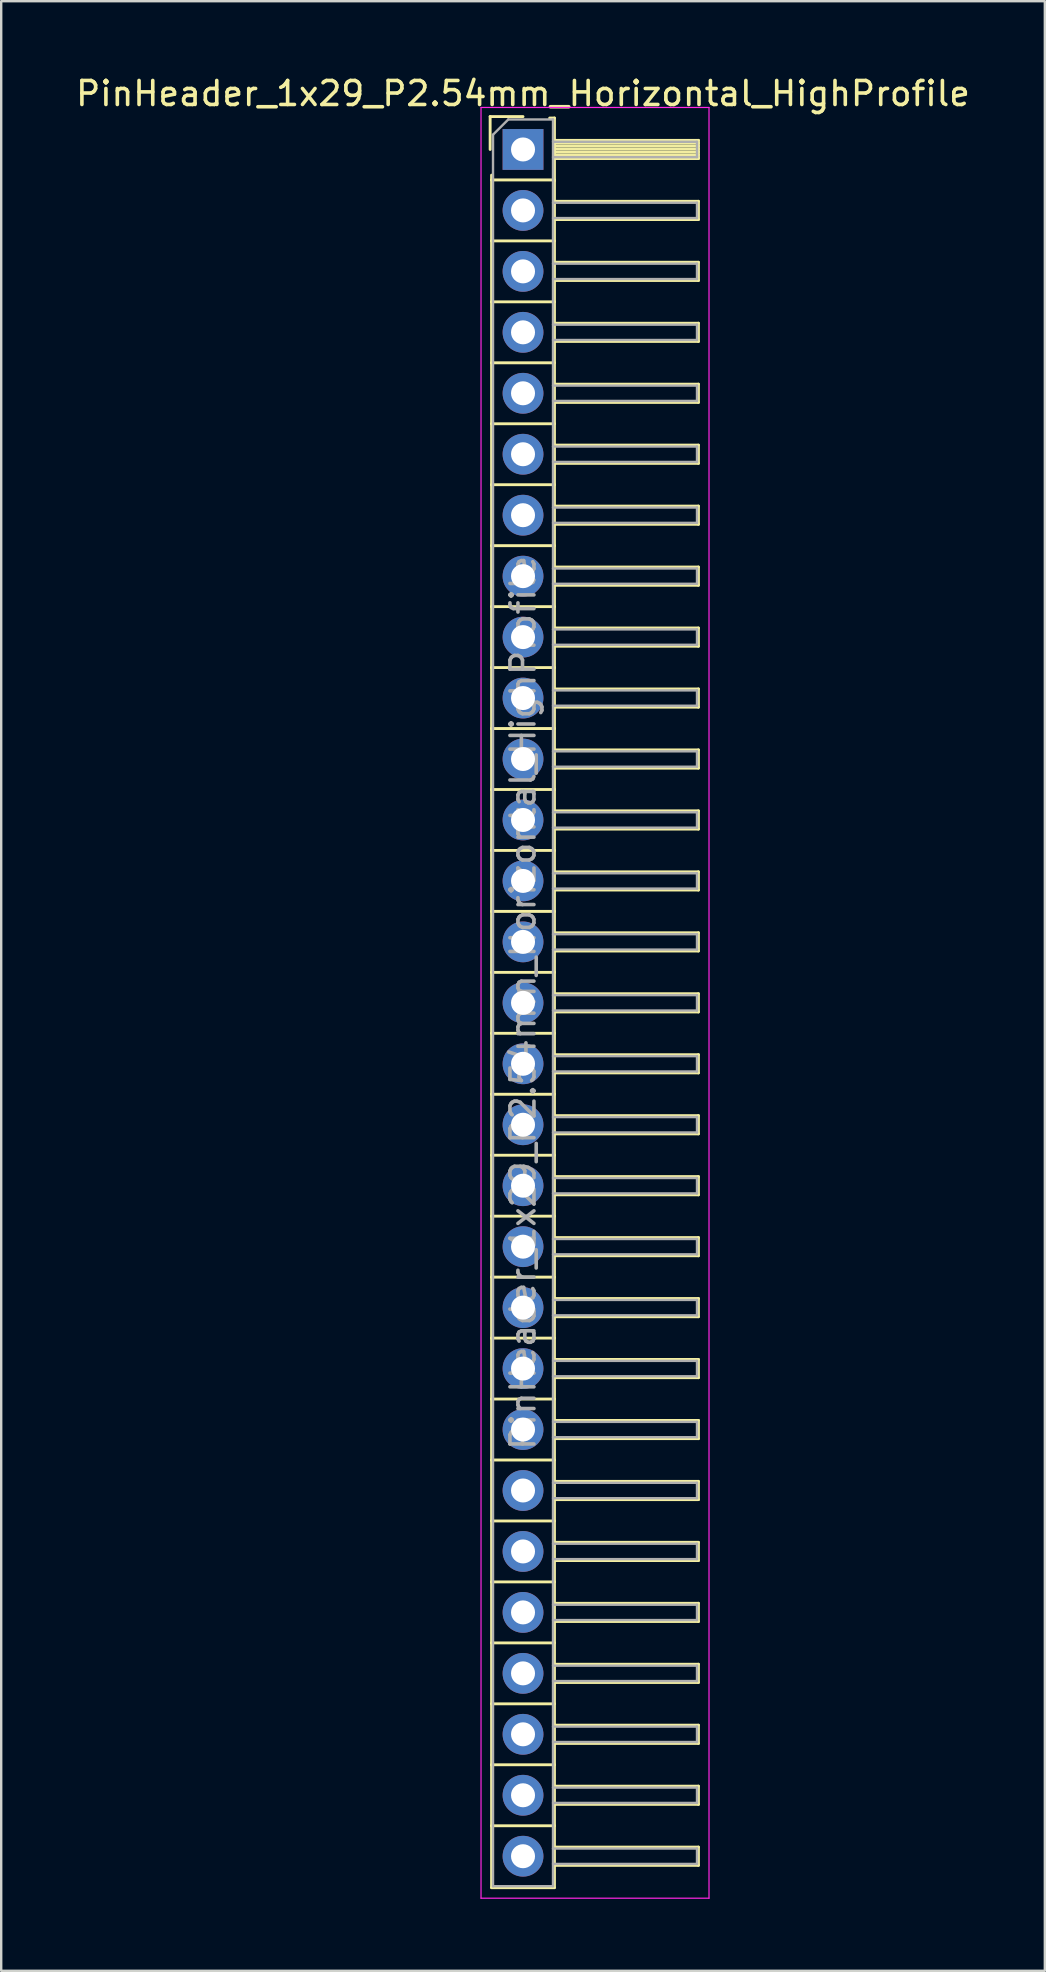
<source format=kicad_pcb>
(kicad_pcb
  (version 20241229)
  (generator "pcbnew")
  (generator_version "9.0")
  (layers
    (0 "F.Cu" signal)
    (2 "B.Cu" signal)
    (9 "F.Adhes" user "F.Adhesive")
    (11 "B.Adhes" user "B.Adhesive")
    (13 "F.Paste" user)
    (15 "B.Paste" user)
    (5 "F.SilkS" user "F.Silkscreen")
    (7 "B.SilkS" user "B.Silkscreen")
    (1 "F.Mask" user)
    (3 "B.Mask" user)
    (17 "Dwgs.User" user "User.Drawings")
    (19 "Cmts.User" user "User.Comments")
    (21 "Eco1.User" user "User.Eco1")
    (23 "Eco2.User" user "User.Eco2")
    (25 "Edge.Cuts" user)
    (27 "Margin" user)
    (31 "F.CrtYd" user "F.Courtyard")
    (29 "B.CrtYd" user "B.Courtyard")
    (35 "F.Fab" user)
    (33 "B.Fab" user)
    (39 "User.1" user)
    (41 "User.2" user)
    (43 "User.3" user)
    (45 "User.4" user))
  (footprint "PinHeader_1x29_P2.54mm_Horizontal_HighProfile"
    (layer "F.Cu")
    (at 18.744 3.178)
    (property "Reference" "PinHeader_1x29_P2.54mm_Horizontal_HighProfile" (at 0 -2.33 0) (layer "F.SilkS") (effects (font (size 1 1) (thickness 0.15))))
    (attr through_hole)
    (fp_line (start -1.37 -1.37) (end -1.37 0) (stroke (width 0.12) (type solid)) (layer "F.SilkS"))
    (fp_line (start -1.37 -1.37) (end 0 -1.37) (stroke (width 0.12) (type solid)) (layer "F.SilkS"))
    (fp_line (start -1.31 1.27) (end -1.31 1.07) (stroke (width 0.12) (type solid)) (layer "F.SilkS"))
    (fp_line (start -1.31 1.27) (end -1.31 3.81) (stroke (width 0.12) (type solid)) (layer "F.SilkS"))
    (fp_line (start -1.31 1.27) (end 1.31 1.27) (stroke (width 0.12) (type solid)) (layer "F.SilkS"))
    (fp_line (start -1.31 3.81) (end -1.31 6.35) (stroke (width 0.12) (type solid)) (layer "F.SilkS"))
    (fp_line (start -1.31 3.81) (end 1.31 3.81) (stroke (width 0.12) (type solid)) (layer "F.SilkS"))
    (fp_line (start -1.31 6.35) (end -1.31 8.89) (stroke (width 0.12) (type solid)) (layer "F.SilkS"))
    (fp_line (start -1.31 6.35) (end 1.31 6.35) (stroke (width 0.12) (type solid)) (layer "F.SilkS"))
    (fp_line (start -1.31 8.89) (end -1.31 11.43) (stroke (width 0.12) (type solid)) (layer "F.SilkS"))
    (fp_line (start -1.31 8.89) (end 1.31 8.89) (stroke (width 0.12) (type solid)) (layer "F.SilkS"))
    (fp_line (start -1.31 11.43) (end -1.31 13.97) (stroke (width 0.12) (type solid)) (layer "F.SilkS"))
    (fp_line (start -1.31 11.43) (end 1.31 11.43) (stroke (width 0.12) (type solid)) (layer "F.SilkS"))
    (fp_line (start -1.31 13.97) (end -1.31 16.51) (stroke (width 0.12) (type solid)) (layer "F.SilkS"))
    (fp_line (start -1.31 13.97) (end 1.31 13.97) (stroke (width 0.12) (type solid)) (layer "F.SilkS"))
    (fp_line (start -1.31 16.51) (end -1.31 19.05) (stroke (width 0.12) (type solid)) (layer "F.SilkS"))
    (fp_line (start -1.31 16.51) (end 1.31 16.51) (stroke (width 0.12) (type solid)) (layer "F.SilkS"))
    (fp_line (start -1.31 19.05) (end -1.31 21.59) (stroke (width 0.12) (type solid)) (layer "F.SilkS"))
    (fp_line (start -1.31 19.05) (end 1.31 19.05) (stroke (width 0.12) (type solid)) (layer "F.SilkS"))
    (fp_line (start -1.31 21.59) (end -1.31 24.13) (stroke (width 0.12) (type solid)) (layer "F.SilkS"))
    (fp_line (start -1.31 21.59) (end 1.31 21.59) (stroke (width 0.12) (type solid)) (layer "F.SilkS"))
    (fp_line (start -1.31 24.13) (end -1.31 26.67) (stroke (width 0.12) (type solid)) (layer "F.SilkS"))
    (fp_line (start -1.31 24.13) (end 1.31 24.13) (stroke (width 0.12) (type solid)) (layer "F.SilkS"))
    (fp_line (start -1.31 26.67) (end -1.31 29.21) (stroke (width 0.12) (type solid)) (layer "F.SilkS"))
    (fp_line (start -1.31 26.67) (end 1.31 26.67) (stroke (width 0.12) (type solid)) (layer "F.SilkS"))
    (fp_line (start -1.31 29.21) (end -1.31 31.75) (stroke (width 0.12) (type solid)) (layer "F.SilkS"))
    (fp_line (start -1.31 29.21) (end 1.31 29.21) (stroke (width 0.12) (type solid)) (layer "F.SilkS"))
    (fp_line (start -1.31 31.75) (end -1.31 34.29) (stroke (width 0.12) (type solid)) (layer "F.SilkS"))
    (fp_line (start -1.31 31.75) (end 1.31 31.75) (stroke (width 0.12) (type solid)) (layer "F.SilkS"))
    (fp_line (start -1.31 34.29) (end -1.31 36.83) (stroke (width 0.12) (type solid)) (layer "F.SilkS"))
    (fp_line (start -1.31 34.29) (end 1.31 34.29) (stroke (width 0.12) (type solid)) (layer "F.SilkS"))
    (fp_line (start -1.31 36.83) (end -1.31 39.37) (stroke (width 0.12) (type solid)) (layer "F.SilkS"))
    (fp_line (start -1.31 36.83) (end 1.31 36.83) (stroke (width 0.12) (type solid)) (layer "F.SilkS"))
    (fp_line (start -1.31 39.37) (end -1.31 41.91) (stroke (width 0.12) (type solid)) (layer "F.SilkS"))
    (fp_line (start -1.31 39.37) (end 1.31 39.37) (stroke (width 0.12) (type solid)) (layer "F.SilkS"))
    (fp_line (start -1.31 41.91) (end -1.31 44.45) (stroke (width 0.12) (type solid)) (layer "F.SilkS"))
    (fp_line (start -1.31 41.91) (end 1.31 41.91) (stroke (width 0.12) (type solid)) (layer "F.SilkS"))
    (fp_line (start -1.31 44.45) (end -1.31 46.99) (stroke (width 0.12) (type solid)) (layer "F.SilkS"))
    (fp_line (start -1.31 44.45) (end 1.31 44.45) (stroke (width 0.12) (type solid)) (layer "F.SilkS"))
    (fp_line (start -1.31 46.99) (end -1.31 49.53) (stroke (width 0.12) (type solid)) (layer "F.SilkS"))
    (fp_line (start -1.31 46.99) (end 1.31 46.99) (stroke (width 0.12) (type solid)) (layer "F.SilkS"))
    (fp_line (start -1.31 49.53) (end -1.31 52.07) (stroke (width 0.12) (type solid)) (layer "F.SilkS"))
    (fp_line (start -1.31 49.53) (end 1.31 49.53) (stroke (width 0.12) (type solid)) (layer "F.SilkS"))
    (fp_line (start -1.31 52.07) (end -1.31 54.61) (stroke (width 0.12) (type solid)) (layer "F.SilkS"))
    (fp_line (start -1.31 52.07) (end 1.31 52.07) (stroke (width 0.12) (type solid)) (layer "F.SilkS"))
    (fp_line (start -1.31 54.61) (end -1.31 57.15) (stroke (width 0.12) (type solid)) (layer "F.SilkS"))
    (fp_line (start -1.31 54.61) (end 1.31 54.61) (stroke (width 0.12) (type solid)) (layer "F.SilkS"))
    (fp_line (start -1.31 57.15) (end -1.31 59.69) (stroke (width 0.12) (type solid)) (layer "F.SilkS"))
    (fp_line (start -1.31 57.15) (end 1.31 57.15) (stroke (width 0.12) (type solid)) (layer "F.SilkS"))
    (fp_line (start -1.31 59.69) (end -1.31 62.23) (stroke (width 0.12) (type solid)) (layer "F.SilkS"))
    (fp_line (start -1.31 59.69) (end 1.31 59.69) (stroke (width 0.12) (type solid)) (layer "F.SilkS"))
    (fp_line (start -1.31 62.23) (end -1.31 64.77) (stroke (width 0.12) (type solid)) (layer "F.SilkS"))
    (fp_line (start -1.31 62.23) (end 1.31 62.23) (stroke (width 0.12) (type solid)) (layer "F.SilkS"))
    (fp_line (start -1.31 64.77) (end -1.31 67.31) (stroke (width 0.12) (type solid)) (layer "F.SilkS"))
    (fp_line (start -1.31 64.77) (end 1.31 64.77) (stroke (width 0.12) (type solid)) (layer "F.SilkS"))
    (fp_line (start -1.31 67.31) (end -1.31 69.85) (stroke (width 0.12) (type solid)) (layer "F.SilkS"))
    (fp_line (start -1.31 67.31) (end 1.31 67.31) (stroke (width 0.12) (type solid)) (layer "F.SilkS"))
    (fp_line (start -1.31 69.85) (end -1.31 72.43) (stroke (width 0.12) (type solid)) (layer "F.SilkS"))
    (fp_line (start -1.31 69.85) (end 1.31 69.85) (stroke (width 0.12) (type solid)) (layer "F.SilkS"))
    (fp_line (start -1.31 72.43) (end 1.31 72.43) (stroke (width 0.12) (type solid)) (layer "F.SilkS"))
    (fp_line (start 1.11 -1.31) (end 1.31 -1.31) (stroke (width 0.12) (type solid)) (layer "F.SilkS"))
    (fp_line (start 1.31 -1.31) (end 1.31 1.31) (stroke (width 0.12) (type solid)) (layer "F.SilkS"))
    (fp_line (start 1.31 -0.38) (end 7.31 -0.38) (stroke (width 0.12) (type solid)) (layer "F.SilkS"))
    (fp_line (start 1.31 -0.26) (end 7.31 -0.26) (stroke (width 0.12) (type solid)) (layer "F.SilkS"))
    (fp_line (start 1.31 -0.14) (end 7.31 -0.14) (stroke (width 0.12) (type solid)) (layer "F.SilkS"))
    (fp_line (start 1.31 -0.02) (end 7.31 -0.02) (stroke (width 0.12) (type solid)) (layer "F.SilkS"))
    (fp_line (start 1.31 0.1) (end 7.31 0.1) (stroke (width 0.12) (type solid)) (layer "F.SilkS"))
    (fp_line (start 1.31 0.22) (end 7.31 0.22) (stroke (width 0.12) (type solid)) (layer "F.SilkS"))
    (fp_line (start 1.31 0.34) (end 7.31 0.34) (stroke (width 0.12) (type solid)) (layer "F.SilkS"))
    (fp_line (start 1.31 0.38) (end 7.31 0.38) (stroke (width 0.12) (type solid)) (layer "F.SilkS"))
    (fp_line (start 1.31 1.27) (end 1.31 3.81) (stroke (width 0.12) (type solid)) (layer "F.SilkS"))
    (fp_line (start 1.31 2.16) (end 7.31 2.16) (stroke (width 0.12) (type solid)) (layer "F.SilkS"))
    (fp_line (start 1.31 2.92) (end 7.31 2.92) (stroke (width 0.12) (type solid)) (layer "F.SilkS"))
    (fp_line (start 1.31 3.81) (end 1.31 6.35) (stroke (width 0.12) (type solid)) (layer "F.SilkS"))
    (fp_line (start 1.31 4.7) (end 7.31 4.7) (stroke (width 0.12) (type solid)) (layer "F.SilkS"))
    (fp_line (start 1.31 5.46) (end 7.31 5.46) (stroke (width 0.12) (type solid)) (layer "F.SilkS"))
    (fp_line (start 1.31 6.35) (end 1.31 8.89) (stroke (width 0.12) (type solid)) (layer "F.SilkS"))
    (fp_line (start 1.31 7.24) (end 7.31 7.24) (stroke (width 0.12) (type solid)) (layer "F.SilkS"))
    (fp_line (start 1.31 8) (end 7.31 8) (stroke (width 0.12) (type solid)) (layer "F.SilkS"))
    (fp_line (start 1.31 8.89) (end 1.31 11.43) (stroke (width 0.12) (type solid)) (layer "F.SilkS"))
    (fp_line (start 1.31 9.78) (end 7.31 9.78) (stroke (width 0.12) (type solid)) (layer "F.SilkS"))
    (fp_line (start 1.31 10.54) (end 7.31 10.54) (stroke (width 0.12) (type solid)) (layer "F.SilkS"))
    (fp_line (start 1.31 11.43) (end 1.31 13.97) (stroke (width 0.12) (type solid)) (layer "F.SilkS"))
    (fp_line (start 1.31 12.32) (end 7.31 12.32) (stroke (width 0.12) (type solid)) (layer "F.SilkS"))
    (fp_line (start 1.31 13.08) (end 7.31 13.08) (stroke (width 0.12) (type solid)) (layer "F.SilkS"))
    (fp_line (start 1.31 13.97) (end 1.31 16.51) (stroke (width 0.12) (type solid)) (layer "F.SilkS"))
    (fp_line (start 1.31 14.86) (end 7.31 14.86) (stroke (width 0.12) (type solid)) (layer "F.SilkS"))
    (fp_line (start 1.31 15.62) (end 7.31 15.62) (stroke (width 0.12) (type solid)) (layer "F.SilkS"))
    (fp_line (start 1.31 16.51) (end 1.31 19.05) (stroke (width 0.12) (type solid)) (layer "F.SilkS"))
    (fp_line (start 1.31 17.4) (end 7.31 17.4) (stroke (width 0.12) (type solid)) (layer "F.SilkS"))
    (fp_line (start 1.31 18.16) (end 7.31 18.16) (stroke (width 0.12) (type solid)) (layer "F.SilkS"))
    (fp_line (start 1.31 19.05) (end 1.31 21.59) (stroke (width 0.12) (type solid)) (layer "F.SilkS"))
    (fp_line (start 1.31 19.94) (end 7.31 19.94) (stroke (width 0.12) (type solid)) (layer "F.SilkS"))
    (fp_line (start 1.31 20.7) (end 7.31 20.7) (stroke (width 0.12) (type solid)) (layer "F.SilkS"))
    (fp_line (start 1.31 21.59) (end 1.31 24.13) (stroke (width 0.12) (type solid)) (layer "F.SilkS"))
    (fp_line (start 1.31 22.48) (end 7.31 22.48) (stroke (width 0.12) (type solid)) (layer "F.SilkS"))
    (fp_line (start 1.31 23.24) (end 7.31 23.24) (stroke (width 0.12) (type solid)) (layer "F.SilkS"))
    (fp_line (start 1.31 24.13) (end 1.31 26.67) (stroke (width 0.12) (type solid)) (layer "F.SilkS"))
    (fp_line (start 1.31 25.02) (end 7.31 25.02) (stroke (width 0.12) (type solid)) (layer "F.SilkS"))
    (fp_line (start 1.31 25.78) (end 7.31 25.78) (stroke (width 0.12) (type solid)) (layer "F.SilkS"))
    (fp_line (start 1.31 26.67) (end 1.31 29.21) (stroke (width 0.12) (type solid)) (layer "F.SilkS"))
    (fp_line (start 1.31 27.56) (end 7.31 27.56) (stroke (width 0.12) (type solid)) (layer "F.SilkS"))
    (fp_line (start 1.31 28.32) (end 7.31 28.32) (stroke (width 0.12) (type solid)) (layer "F.SilkS"))
    (fp_line (start 1.31 29.21) (end 1.31 31.75) (stroke (width 0.12) (type solid)) (layer "F.SilkS"))
    (fp_line (start 1.31 30.1) (end 7.31 30.1) (stroke (width 0.12) (type solid)) (layer "F.SilkS"))
    (fp_line (start 1.31 30.86) (end 7.31 30.86) (stroke (width 0.12) (type solid)) (layer "F.SilkS"))
    (fp_line (start 1.31 31.75) (end 1.31 34.29) (stroke (width 0.12) (type solid)) (layer "F.SilkS"))
    (fp_line (start 1.31 32.64) (end 7.31 32.64) (stroke (width 0.12) (type solid)) (layer "F.SilkS"))
    (fp_line (start 1.31 33.4) (end 7.31 33.4) (stroke (width 0.12) (type solid)) (layer "F.SilkS"))
    (fp_line (start 1.31 34.29) (end 1.31 36.83) (stroke (width 0.12) (type solid)) (layer "F.SilkS"))
    (fp_line (start 1.31 35.18) (end 7.31 35.18) (stroke (width 0.12) (type solid)) (layer "F.SilkS"))
    (fp_line (start 1.31 35.94) (end 7.31 35.94) (stroke (width 0.12) (type solid)) (layer "F.SilkS"))
    (fp_line (start 1.31 36.83) (end 1.31 39.37) (stroke (width 0.12) (type solid)) (layer "F.SilkS"))
    (fp_line (start 1.31 37.72) (end 7.31 37.72) (stroke (width 0.12) (type solid)) (layer "F.SilkS"))
    (fp_line (start 1.31 38.48) (end 7.31 38.48) (stroke (width 0.12) (type solid)) (layer "F.SilkS"))
    (fp_line (start 1.31 39.37) (end 1.31 41.91) (stroke (width 0.12) (type solid)) (layer "F.SilkS"))
    (fp_line (start 1.31 40.26) (end 7.31 40.26) (stroke (width 0.12) (type solid)) (layer "F.SilkS"))
    (fp_line (start 1.31 41.02) (end 7.31 41.02) (stroke (width 0.12) (type solid)) (layer "F.SilkS"))
    (fp_line (start 1.31 41.91) (end 1.31 44.45) (stroke (width 0.12) (type solid)) (layer "F.SilkS"))
    (fp_line (start 1.31 42.8) (end 7.31 42.8) (stroke (width 0.12) (type solid)) (layer "F.SilkS"))
    (fp_line (start 1.31 43.56) (end 7.31 43.56) (stroke (width 0.12) (type solid)) (layer "F.SilkS"))
    (fp_line (start 1.31 44.45) (end 1.31 46.99) (stroke (width 0.12) (type solid)) (layer "F.SilkS"))
    (fp_line (start 1.31 45.34) (end 7.31 45.34) (stroke (width 0.12) (type solid)) (layer "F.SilkS"))
    (fp_line (start 1.31 46.1) (end 7.31 46.1) (stroke (width 0.12) (type solid)) (layer "F.SilkS"))
    (fp_line (start 1.31 46.99) (end 1.31 49.53) (stroke (width 0.12) (type solid)) (layer "F.SilkS"))
    (fp_line (start 1.31 47.88) (end 7.31 47.88) (stroke (width 0.12) (type solid)) (layer "F.SilkS"))
    (fp_line (start 1.31 48.64) (end 7.31 48.64) (stroke (width 0.12) (type solid)) (layer "F.SilkS"))
    (fp_line (start 1.31 49.53) (end 1.31 52.07) (stroke (width 0.12) (type solid)) (layer "F.SilkS"))
    (fp_line (start 1.31 50.42) (end 7.31 50.42) (stroke (width 0.12) (type solid)) (layer "F.SilkS"))
    (fp_line (start 1.31 51.18) (end 7.31 51.18) (stroke (width 0.12) (type solid)) (layer "F.SilkS"))
    (fp_line (start 1.31 52.07) (end 1.31 54.61) (stroke (width 0.12) (type solid)) (layer "F.SilkS"))
    (fp_line (start 1.31 52.96) (end 7.31 52.96) (stroke (width 0.12) (type solid)) (layer "F.SilkS"))
    (fp_line (start 1.31 53.72) (end 7.31 53.72) (stroke (width 0.12) (type solid)) (layer "F.SilkS"))
    (fp_line (start 1.31 54.61) (end 1.31 57.15) (stroke (width 0.12) (type solid)) (layer "F.SilkS"))
    (fp_line (start 1.31 55.5) (end 7.31 55.5) (stroke (width 0.12) (type solid)) (layer "F.SilkS"))
    (fp_line (start 1.31 56.26) (end 7.31 56.26) (stroke (width 0.12) (type solid)) (layer "F.SilkS"))
    (fp_line (start 1.31 57.15) (end 1.31 59.69) (stroke (width 0.12) (type solid)) (layer "F.SilkS"))
    (fp_line (start 1.31 58.04) (end 7.31 58.04) (stroke (width 0.12) (type solid)) (layer "F.SilkS"))
    (fp_line (start 1.31 58.8) (end 7.31 58.8) (stroke (width 0.12) (type solid)) (layer "F.SilkS"))
    (fp_line (start 1.31 59.69) (end 1.31 62.23) (stroke (width 0.12) (type solid)) (layer "F.SilkS"))
    (fp_line (start 1.31 60.58) (end 7.31 60.58) (stroke (width 0.12) (type solid)) (layer "F.SilkS"))
    (fp_line (start 1.31 61.34) (end 7.31 61.34) (stroke (width 0.12) (type solid)) (layer "F.SilkS"))
    (fp_line (start 1.31 62.23) (end 1.31 64.77) (stroke (width 0.12) (type solid)) (layer "F.SilkS"))
    (fp_line (start 1.31 63.12) (end 7.31 63.12) (stroke (width 0.12) (type solid)) (layer "F.SilkS"))
    (fp_line (start 1.31 63.88) (end 7.31 63.88) (stroke (width 0.12) (type solid)) (layer "F.SilkS"))
    (fp_line (start 1.31 64.77) (end 1.31 67.31) (stroke (width 0.12) (type solid)) (layer "F.SilkS"))
    (fp_line (start 1.31 65.66) (end 7.31 65.66) (stroke (width 0.12) (type solid)) (layer "F.SilkS"))
    (fp_line (start 1.31 66.42) (end 7.31 66.42) (stroke (width 0.12) (type solid)) (layer "F.SilkS"))
    (fp_line (start 1.31 67.31) (end 1.31 69.85) (stroke (width 0.12) (type solid)) (layer "F.SilkS"))
    (fp_line (start 1.31 68.2) (end 7.31 68.2) (stroke (width 0.12) (type solid)) (layer "F.SilkS"))
    (fp_line (start 1.31 68.96) (end 7.31 68.96) (stroke (width 0.12) (type solid)) (layer "F.SilkS"))
    (fp_line (start 1.31 69.85) (end 1.31 72.43) (stroke (width 0.12) (type solid)) (layer "F.SilkS"))
    (fp_line (start 1.31 70.74) (end 7.31 70.74) (stroke (width 0.12) (type solid)) (layer "F.SilkS"))
    (fp_line (start 1.31 71.5) (end 7.31 71.5) (stroke (width 0.12) (type solid)) (layer "F.SilkS"))
    (fp_line (start 7.31 -0.38) (end 7.31 0.38) (stroke (width 0.12) (type solid)) (layer "F.SilkS"))
    (fp_line (start 7.31 2.16) (end 7.31 2.92) (stroke (width 0.12) (type solid)) (layer "F.SilkS"))
    (fp_line (start 7.31 4.7) (end 7.31 5.46) (stroke (width 0.12) (type solid)) (layer "F.SilkS"))
    (fp_line (start 7.31 7.24) (end 7.31 8) (stroke (width 0.12) (type solid)) (layer "F.SilkS"))
    (fp_line (start 7.31 9.78) (end 7.31 10.54) (stroke (width 0.12) (type solid)) (layer "F.SilkS"))
    (fp_line (start 7.31 12.32) (end 7.31 13.08) (stroke (width 0.12) (type solid)) (layer "F.SilkS"))
    (fp_line (start 7.31 14.86) (end 7.31 15.62) (stroke (width 0.12) (type solid)) (layer "F.SilkS"))
    (fp_line (start 7.31 17.4) (end 7.31 18.16) (stroke (width 0.12) (type solid)) (layer "F.SilkS"))
    (fp_line (start 7.31 19.94) (end 7.31 20.7) (stroke (width 0.12) (type solid)) (layer "F.SilkS"))
    (fp_line (start 7.31 22.48) (end 7.31 23.24) (stroke (width 0.12) (type solid)) (layer "F.SilkS"))
    (fp_line (start 7.31 25.02) (end 7.31 25.78) (stroke (width 0.12) (type solid)) (layer "F.SilkS"))
    (fp_line (start 7.31 27.56) (end 7.31 28.32) (stroke (width 0.12) (type solid)) (layer "F.SilkS"))
    (fp_line (start 7.31 30.1) (end 7.31 30.86) (stroke (width 0.12) (type solid)) (layer "F.SilkS"))
    (fp_line (start 7.31 32.64) (end 7.31 33.4) (stroke (width 0.12) (type solid)) (layer "F.SilkS"))
    (fp_line (start 7.31 35.18) (end 7.31 35.94) (stroke (width 0.12) (type solid)) (layer "F.SilkS"))
    (fp_line (start 7.31 37.72) (end 7.31 38.48) (stroke (width 0.12) (type solid)) (layer "F.SilkS"))
    (fp_line (start 7.31 40.26) (end 7.31 41.02) (stroke (width 0.12) (type solid)) (layer "F.SilkS"))
    (fp_line (start 7.31 42.8) (end 7.31 43.56) (stroke (width 0.12) (type solid)) (layer "F.SilkS"))
    (fp_line (start 7.31 45.34) (end 7.31 46.1) (stroke (width 0.12) (type solid)) (layer "F.SilkS"))
    (fp_line (start 7.31 47.88) (end 7.31 48.64) (stroke (width 0.12) (type solid)) (layer "F.SilkS"))
    (fp_line (start 7.31 50.42) (end 7.31 51.18) (stroke (width 0.12) (type solid)) (layer "F.SilkS"))
    (fp_line (start 7.31 52.96) (end 7.31 53.72) (stroke (width 0.12) (type solid)) (layer "F.SilkS"))
    (fp_line (start 7.31 55.5) (end 7.31 56.26) (stroke (width 0.12) (type solid)) (layer "F.SilkS"))
    (fp_line (start 7.31 58.04) (end 7.31 58.8) (stroke (width 0.12) (type solid)) (layer "F.SilkS"))
    (fp_line (start 7.31 60.58) (end 7.31 61.34) (stroke (width 0.12) (type solid)) (layer "F.SilkS"))
    (fp_line (start 7.31 63.12) (end 7.31 63.88) (stroke (width 0.12) (type solid)) (layer "F.SilkS"))
    (fp_line (start 7.31 65.66) (end 7.31 66.42) (stroke (width 0.12) (type solid)) (layer "F.SilkS"))
    (fp_line (start 7.31 68.2) (end 7.31 68.96) (stroke (width 0.12) (type solid)) (layer "F.SilkS"))
    (fp_line (start 7.31 70.74) (end 7.31 71.5) (stroke (width 0.12) (type solid)) (layer "F.SilkS"))
    (fp_line (start -1.75 -1.75) (end -1.75 72.87) (stroke (width 0.05) (type solid)) (layer "F.CrtYd"))
    (fp_line (start -1.75 -1.75) (end 7.75 -1.75) (stroke (width 0.05) (type solid)) (layer "F.CrtYd"))
    (fp_line (start -1.75 72.87) (end 7.75 72.87) (stroke (width 0.05) (type solid)) (layer "F.CrtYd"))
    (fp_line (start 7.75 -1.75) (end 7.75 72.87) (stroke (width 0.05) (type solid)) (layer "F.CrtYd"))
    (fp_line (start -1.25 -0.615) (end -1.25 72.37) (stroke (width 0.1) (type solid)) (layer "F.Fab"))
    (fp_line (start -1.25 -0.615) (end -0.615 -1.25) (stroke (width 0.1) (type solid)) (layer "F.Fab"))
    (fp_line (start -1.25 72.37) (end 1.25 72.37) (stroke (width 0.1) (type solid)) (layer "F.Fab"))
    (fp_line (start -0.615 -1.25) (end 1.25 -1.25) (stroke (width 0.1) (type solid)) (layer "F.Fab"))
    (fp_line (start 1.25 -1.25) (end 1.25 72.37) (stroke (width 0.1) (type solid)) (layer "F.Fab"))
    (fp_line (start 1.25 -0.32) (end 7.25 -0.32) (stroke (width 0.1) (type solid)) (layer "F.Fab"))
    (fp_line (start 1.25 0.32) (end 7.25 0.32) (stroke (width 0.1) (type solid)) (layer "F.Fab"))
    (fp_line (start 1.25 2.22) (end 7.25 2.22) (stroke (width 0.1) (type solid)) (layer "F.Fab"))
    (fp_line (start 1.25 2.86) (end 7.25 2.86) (stroke (width 0.1) (type solid)) (layer "F.Fab"))
    (fp_line (start 1.25 4.76) (end 7.25 4.76) (stroke (width 0.1) (type solid)) (layer "F.Fab"))
    (fp_line (start 1.25 5.4) (end 7.25 5.4) (stroke (width 0.1) (type solid)) (layer "F.Fab"))
    (fp_line (start 1.25 7.3) (end 7.25 7.3) (stroke (width 0.1) (type solid)) (layer "F.Fab"))
    (fp_line (start 1.25 7.94) (end 7.25 7.94) (stroke (width 0.1) (type solid)) (layer "F.Fab"))
    (fp_line (start 1.25 9.84) (end 7.25 9.84) (stroke (width 0.1) (type solid)) (layer "F.Fab"))
    (fp_line (start 1.25 10.48) (end 7.25 10.48) (stroke (width 0.1) (type solid)) (layer "F.Fab"))
    (fp_line (start 1.25 12.38) (end 7.25 12.38) (stroke (width 0.1) (type solid)) (layer "F.Fab"))
    (fp_line (start 1.25 13.02) (end 7.25 13.02) (stroke (width 0.1) (type solid)) (layer "F.Fab"))
    (fp_line (start 1.25 14.92) (end 7.25 14.92) (stroke (width 0.1) (type solid)) (layer "F.Fab"))
    (fp_line (start 1.25 15.56) (end 7.25 15.56) (stroke (width 0.1) (type solid)) (layer "F.Fab"))
    (fp_line (start 1.25 17.46) (end 7.25 17.46) (stroke (width 0.1) (type solid)) (layer "F.Fab"))
    (fp_line (start 1.25 18.1) (end 7.25 18.1) (stroke (width 0.1) (type solid)) (layer "F.Fab"))
    (fp_line (start 1.25 20) (end 7.25 20) (stroke (width 0.1) (type solid)) (layer "F.Fab"))
    (fp_line (start 1.25 20.64) (end 7.25 20.64) (stroke (width 0.1) (type solid)) (layer "F.Fab"))
    (fp_line (start 1.25 22.54) (end 7.25 22.54) (stroke (width 0.1) (type solid)) (layer "F.Fab"))
    (fp_line (start 1.25 23.18) (end 7.25 23.18) (stroke (width 0.1) (type solid)) (layer "F.Fab"))
    (fp_line (start 1.25 25.08) (end 7.25 25.08) (stroke (width 0.1) (type solid)) (layer "F.Fab"))
    (fp_line (start 1.25 25.72) (end 7.25 25.72) (stroke (width 0.1) (type solid)) (layer "F.Fab"))
    (fp_line (start 1.25 27.62) (end 7.25 27.62) (stroke (width 0.1) (type solid)) (layer "F.Fab"))
    (fp_line (start 1.25 28.26) (end 7.25 28.26) (stroke (width 0.1) (type solid)) (layer "F.Fab"))
    (fp_line (start 1.25 30.16) (end 7.25 30.16) (stroke (width 0.1) (type solid)) (layer "F.Fab"))
    (fp_line (start 1.25 30.8) (end 7.25 30.8) (stroke (width 0.1) (type solid)) (layer "F.Fab"))
    (fp_line (start 1.25 32.7) (end 7.25 32.7) (stroke (width 0.1) (type solid)) (layer "F.Fab"))
    (fp_line (start 1.25 33.34) (end 7.25 33.34) (stroke (width 0.1) (type solid)) (layer "F.Fab"))
    (fp_line (start 1.25 35.24) (end 7.25 35.24) (stroke (width 0.1) (type solid)) (layer "F.Fab"))
    (fp_line (start 1.25 35.88) (end 7.25 35.88) (stroke (width 0.1) (type solid)) (layer "F.Fab"))
    (fp_line (start 1.25 37.78) (end 7.25 37.78) (stroke (width 0.1) (type solid)) (layer "F.Fab"))
    (fp_line (start 1.25 38.42) (end 7.25 38.42) (stroke (width 0.1) (type solid)) (layer "F.Fab"))
    (fp_line (start 1.25 40.32) (end 7.25 40.32) (stroke (width 0.1) (type solid)) (layer "F.Fab"))
    (fp_line (start 1.25 40.96) (end 7.25 40.96) (stroke (width 0.1) (type solid)) (layer "F.Fab"))
    (fp_line (start 1.25 42.86) (end 7.25 42.86) (stroke (width 0.1) (type solid)) (layer "F.Fab"))
    (fp_line (start 1.25 43.5) (end 7.25 43.5) (stroke (width 0.1) (type solid)) (layer "F.Fab"))
    (fp_line (start 1.25 45.4) (end 7.25 45.4) (stroke (width 0.1) (type solid)) (layer "F.Fab"))
    (fp_line (start 1.25 46.04) (end 7.25 46.04) (stroke (width 0.1) (type solid)) (layer "F.Fab"))
    (fp_line (start 1.25 47.94) (end 7.25 47.94) (stroke (width 0.1) (type solid)) (layer "F.Fab"))
    (fp_line (start 1.25 48.58) (end 7.25 48.58) (stroke (width 0.1) (type solid)) (layer "F.Fab"))
    (fp_line (start 1.25 50.48) (end 7.25 50.48) (stroke (width 0.1) (type solid)) (layer "F.Fab"))
    (fp_line (start 1.25 51.12) (end 7.25 51.12) (stroke (width 0.1) (type solid)) (layer "F.Fab"))
    (fp_line (start 1.25 53.02) (end 7.25 53.02) (stroke (width 0.1) (type solid)) (layer "F.Fab"))
    (fp_line (start 1.25 53.66) (end 7.25 53.66) (stroke (width 0.1) (type solid)) (layer "F.Fab"))
    (fp_line (start 1.25 55.56) (end 7.25 55.56) (stroke (width 0.1) (type solid)) (layer "F.Fab"))
    (fp_line (start 1.25 56.2) (end 7.25 56.2) (stroke (width 0.1) (type solid)) (layer "F.Fab"))
    (fp_line (start 1.25 58.1) (end 7.25 58.1) (stroke (width 0.1) (type solid)) (layer "F.Fab"))
    (fp_line (start 1.25 58.74) (end 7.25 58.74) (stroke (width 0.1) (type solid)) (layer "F.Fab"))
    (fp_line (start 1.25 60.64) (end 7.25 60.64) (stroke (width 0.1) (type solid)) (layer "F.Fab"))
    (fp_line (start 1.25 61.28) (end 7.25 61.28) (stroke (width 0.1) (type solid)) (layer "F.Fab"))
    (fp_line (start 1.25 63.18) (end 7.25 63.18) (stroke (width 0.1) (type solid)) (layer "F.Fab"))
    (fp_line (start 1.25 63.82) (end 7.25 63.82) (stroke (width 0.1) (type solid)) (layer "F.Fab"))
    (fp_line (start 1.25 65.72) (end 7.25 65.72) (stroke (width 0.1) (type solid)) (layer "F.Fab"))
    (fp_line (start 1.25 66.36) (end 7.25 66.36) (stroke (width 0.1) (type solid)) (layer "F.Fab"))
    (fp_line (start 1.25 68.26) (end 7.25 68.26) (stroke (width 0.1) (type solid)) (layer "F.Fab"))
    (fp_line (start 1.25 68.9) (end 7.25 68.9) (stroke (width 0.1) (type solid)) (layer "F.Fab"))
    (fp_line (start 1.25 70.8) (end 7.25 70.8) (stroke (width 0.1) (type solid)) (layer "F.Fab"))
    (fp_line (start 1.25 71.44) (end 7.25 71.44) (stroke (width 0.1) (type solid)) (layer "F.Fab"))
    (fp_line (start 7.25 -0.32) (end 7.25 0.32) (stroke (width 0.1) (type solid)) (layer "F.Fab"))
    (fp_line (start 7.25 2.22) (end 7.25 2.86) (stroke (width 0.1) (type solid)) (layer "F.Fab"))
    (fp_line (start 7.25 4.76) (end 7.25 5.4) (stroke (width 0.1) (type solid)) (layer "F.Fab"))
    (fp_line (start 7.25 7.3) (end 7.25 7.94) (stroke (width 0.1) (type solid)) (layer "F.Fab"))
    (fp_line (start 7.25 9.84) (end 7.25 10.48) (stroke (width 0.1) (type solid)) (layer "F.Fab"))
    (fp_line (start 7.25 12.38) (end 7.25 13.02) (stroke (width 0.1) (type solid)) (layer "F.Fab"))
    (fp_line (start 7.25 14.92) (end 7.25 15.56) (stroke (width 0.1) (type solid)) (layer "F.Fab"))
    (fp_line (start 7.25 17.46) (end 7.25 18.1) (stroke (width 0.1) (type solid)) (layer "F.Fab"))
    (fp_line (start 7.25 20) (end 7.25 20.64) (stroke (width 0.1) (type solid)) (layer "F.Fab"))
    (fp_line (start 7.25 22.54) (end 7.25 23.18) (stroke (width 0.1) (type solid)) (layer "F.Fab"))
    (fp_line (start 7.25 25.08) (end 7.25 25.72) (stroke (width 0.1) (type solid)) (layer "F.Fab"))
    (fp_line (start 7.25 27.62) (end 7.25 28.26) (stroke (width 0.1) (type solid)) (layer "F.Fab"))
    (fp_line (start 7.25 30.16) (end 7.25 30.8) (stroke (width 0.1) (type solid)) (layer "F.Fab"))
    (fp_line (start 7.25 32.7) (end 7.25 33.34) (stroke (width 0.1) (type solid)) (layer "F.Fab"))
    (fp_line (start 7.25 35.24) (end 7.25 35.88) (stroke (width 0.1) (type solid)) (layer "F.Fab"))
    (fp_line (start 7.25 37.78) (end 7.25 38.42) (stroke (width 0.1) (type solid)) (layer "F.Fab"))
    (fp_line (start 7.25 40.32) (end 7.25 40.96) (stroke (width 0.1) (type solid)) (layer "F.Fab"))
    (fp_line (start 7.25 42.86) (end 7.25 43.5) (stroke (width 0.1) (type solid)) (layer "F.Fab"))
    (fp_line (start 7.25 45.4) (end 7.25 46.04) (stroke (width 0.1) (type solid)) (layer "F.Fab"))
    (fp_line (start 7.25 47.94) (end 7.25 48.58) (stroke (width 0.1) (type solid)) (layer "F.Fab"))
    (fp_line (start 7.25 50.48) (end 7.25 51.12) (stroke (width 0.1) (type solid)) (layer "F.Fab"))
    (fp_line (start 7.25 53.02) (end 7.25 53.66) (stroke (width 0.1) (type solid)) (layer "F.Fab"))
    (fp_line (start 7.25 55.56) (end 7.25 56.2) (stroke (width 0.1) (type solid)) (layer "F.Fab"))
    (fp_line (start 7.25 58.1) (end 7.25 58.74) (stroke (width 0.1) (type solid)) (layer "F.Fab"))
    (fp_line (start 7.25 60.64) (end 7.25 61.28) (stroke (width 0.1) (type solid)) (layer "F.Fab"))
    (fp_line (start 7.25 63.18) (end 7.25 63.82) (stroke (width 0.1) (type solid)) (layer "F.Fab"))
    (fp_line (start 7.25 65.72) (end 7.25 66.36) (stroke (width 0.1) (type solid)) (layer "F.Fab"))
    (fp_line (start 7.25 68.26) (end 7.25 68.9) (stroke (width 0.1) (type solid)) (layer "F.Fab"))
    (fp_line (start 7.25 70.8) (end 7.25 71.44) (stroke (width 0.1) (type solid)) (layer "F.Fab"))
    (fp_text user "${REFERENCE}" (at 0 35.56 90) (layer "F.Fab") (effects (font (size 1 1) (thickness 0.15))))
    (pad "1" thru_hole rect (at 0 0) (size 1.7 1.7) (drill 1) (layers "*.Cu" "*.Mask"))
    (pad "2" thru_hole oval (at 0 2.54) (size 1.7 1.7) (drill 1) (layers "*.Cu" "*.Mask"))
    (pad "3" thru_hole oval (at 0 5.08) (size 1.7 1.7) (drill 1) (layers "*.Cu" "*.Mask"))
    (pad "4" thru_hole oval (at 0 7.62) (size 1.7 1.7) (drill 1) (layers "*.Cu" "*.Mask"))
    (pad "5" thru_hole oval (at 0 10.16) (size 1.7 1.7) (drill 1) (layers "*.Cu" "*.Mask"))
    (pad "6" thru_hole oval (at 0 12.7) (size 1.7 1.7) (drill 1) (layers "*.Cu" "*.Mask"))
    (pad "7" thru_hole oval (at 0 15.24) (size 1.7 1.7) (drill 1) (layers "*.Cu" "*.Mask"))
    (pad "8" thru_hole oval (at 0 17.78) (size 1.7 1.7) (drill 1) (layers "*.Cu" "*.Mask"))
    (pad "9" thru_hole oval (at 0 20.32) (size 1.7 1.7) (drill 1) (layers "*.Cu" "*.Mask"))
    (pad "10" thru_hole oval (at 0 22.86) (size 1.7 1.7) (drill 1) (layers "*.Cu" "*.Mask"))
    (pad "11" thru_hole oval (at 0 25.4) (size 1.7 1.7) (drill 1) (layers "*.Cu" "*.Mask"))
    (pad "12" thru_hole oval (at 0 27.94) (size 1.7 1.7) (drill 1) (layers "*.Cu" "*.Mask"))
    (pad "13" thru_hole oval (at 0 30.48) (size 1.7 1.7) (drill 1) (layers "*.Cu" "*.Mask"))
    (pad "14" thru_hole oval (at 0 33.02) (size 1.7 1.7) (drill 1) (layers "*.Cu" "*.Mask"))
    (pad "15" thru_hole oval (at 0 35.56) (size 1.7 1.7) (drill 1) (layers "*.Cu" "*.Mask"))
    (pad "16" thru_hole oval (at 0 38.1) (size 1.7 1.7) (drill 1) (layers "*.Cu" "*.Mask"))
    (pad "17" thru_hole oval (at 0 40.64) (size 1.7 1.7) (drill 1) (layers "*.Cu" "*.Mask"))
    (pad "18" thru_hole oval (at 0 43.18) (size 1.7 1.7) (drill 1) (layers "*.Cu" "*.Mask"))
    (pad "19" thru_hole oval (at 0 45.72) (size 1.7 1.7) (drill 1) (layers "*.Cu" "*.Mask"))
    (pad "20" thru_hole oval (at 0 48.26) (size 1.7 1.7) (drill 1) (layers "*.Cu" "*.Mask"))
    (pad "21" thru_hole oval (at 0 50.8) (size 1.7 1.7) (drill 1) (layers "*.Cu" "*.Mask"))
    (pad "22" thru_hole oval (at 0 53.34) (size 1.7 1.7) (drill 1) (layers "*.Cu" "*.Mask"))
    (pad "23" thru_hole oval (at 0 55.88) (size 1.7 1.7) (drill 1) (layers "*.Cu" "*.Mask"))
    (pad "24" thru_hole oval (at 0 58.42) (size 1.7 1.7) (drill 1) (layers "*.Cu" "*.Mask"))
    (pad "25" thru_hole oval (at 0 60.96) (size 1.7 1.7) (drill 1) (layers "*.Cu" "*.Mask"))
    (pad "26" thru_hole oval (at 0 63.5) (size 1.7 1.7) (drill 1) (layers "*.Cu" "*.Mask"))
    (pad "27" thru_hole oval (at 0 66.04) (size 1.7 1.7) (drill 1) (layers "*.Cu" "*.Mask"))
    (pad "28" thru_hole oval (at 0 68.58) (size 1.7 1.7) (drill 1) (layers "*.Cu" "*.Mask"))
    (pad "29" thru_hole oval (at 0 71.12) (size 1.7 1.7) (drill 1) (layers "*.Cu" "*.Mask")))
  (gr_rect
    (start -3 -3)
    (end 40.488 79.073)
    (stroke (width 0.1) (type default))
    (fill no)
    (layer "Edge.Cuts")))
</source>
